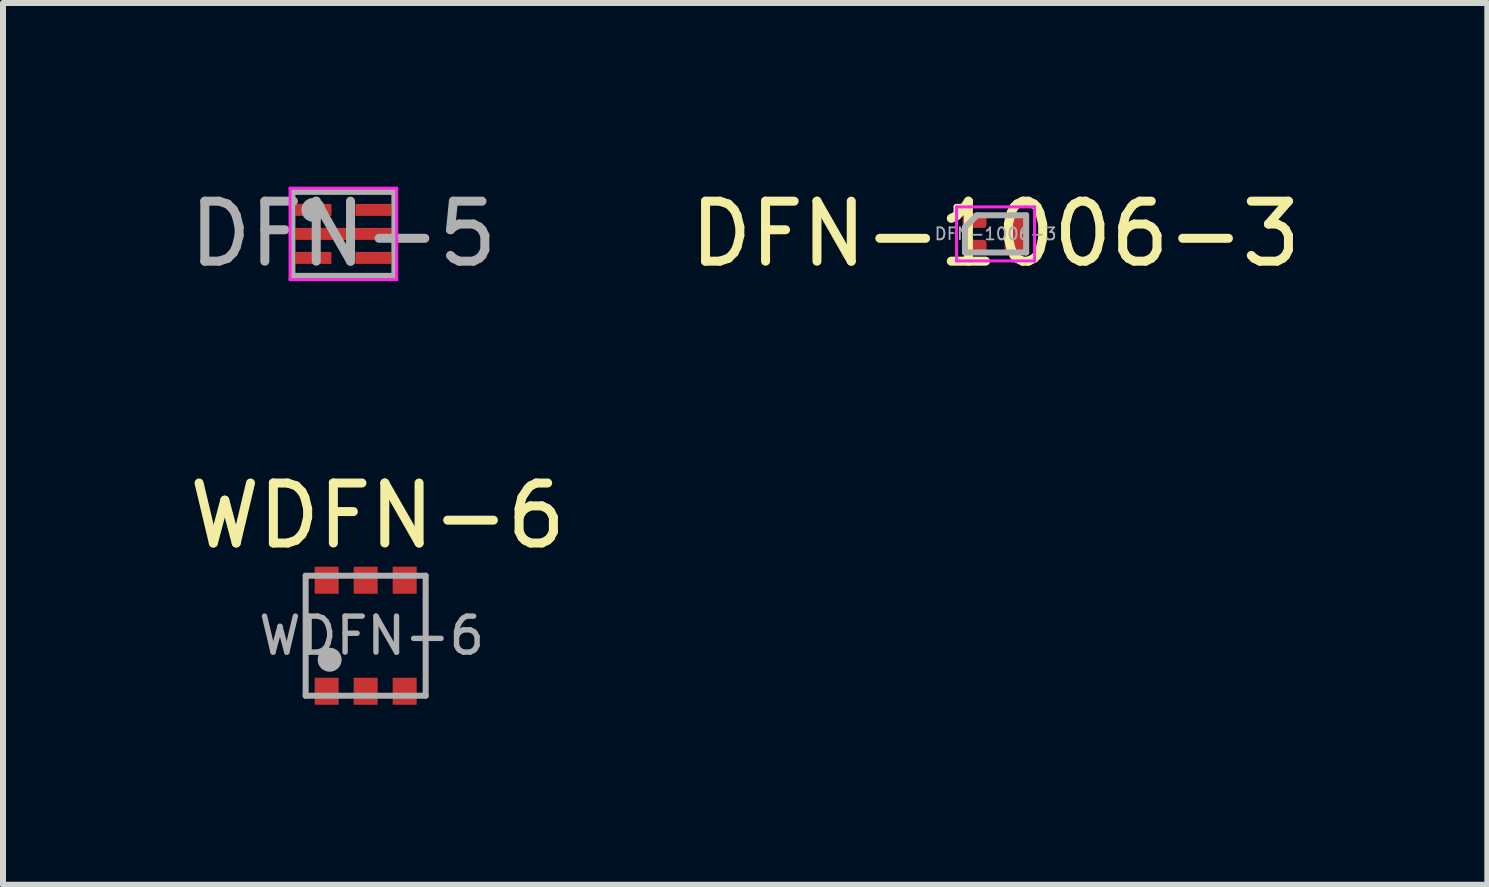
<source format=kicad_pcb>
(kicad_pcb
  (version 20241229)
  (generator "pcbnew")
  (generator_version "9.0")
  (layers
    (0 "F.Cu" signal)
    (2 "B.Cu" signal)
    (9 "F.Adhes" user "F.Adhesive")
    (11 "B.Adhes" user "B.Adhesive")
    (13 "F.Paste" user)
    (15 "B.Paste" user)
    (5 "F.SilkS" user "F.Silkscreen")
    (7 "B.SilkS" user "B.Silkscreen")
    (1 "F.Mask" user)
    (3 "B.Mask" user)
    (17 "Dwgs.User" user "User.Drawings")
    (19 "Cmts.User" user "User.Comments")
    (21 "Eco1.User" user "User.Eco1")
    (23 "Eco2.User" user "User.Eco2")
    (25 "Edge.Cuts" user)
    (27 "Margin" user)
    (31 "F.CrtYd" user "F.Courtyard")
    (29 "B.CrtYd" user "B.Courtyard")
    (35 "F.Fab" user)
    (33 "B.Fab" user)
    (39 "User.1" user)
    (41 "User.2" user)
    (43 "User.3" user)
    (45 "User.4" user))
  (footprint "WDFN-6"
    (layer "F.Cu")
    (at 3.044 7.545)
    (property "Reference" "WDFN-6" (at 0.2 -2 0) (unlocked yes) (layer "F.SilkS") (effects (font (size 1 1) (thickness 0.15))))
    (attr smd)
    (fp_line (start -1 -1) (end 1 -1) (stroke (width 0.1) (type solid)) (layer "F.Fab"))
    (fp_line (start -1 1) (end -1 -1) (stroke (width 0.1) (type solid)) (layer "F.Fab"))
    (fp_line (start 1 -1) (end 1 1) (stroke (width 0.1) (type solid)) (layer "F.Fab"))
    (fp_line (start 1 1) (end -1 1) (stroke (width 0.1) (type solid)) (layer "F.Fab"))
    (fp_circle (center -0.6 0.4) (end -0.5 0.4) (stroke (width 0.2) (type solid)) (fill no) (layer "F.Fab"))
    (fp_text user "${REFERENCE}" (at 0.1 0 0) (unlocked yes) (layer "F.Fab") (effects (font (size 0.6 0.6) (thickness 0.09))))
    (pad "1" smd rect (at -0.65 0.925) (size 0.4 0.45) (layers "F.Cu" "F.Mask" "F.Paste"))
    (pad "2" smd rect (at 0 0.925) (size 0.4 0.45) (layers "F.Cu" "F.Mask" "F.Paste"))
    (pad "3" smd rect (at 0.65 0.925) (size 0.4 0.45) (layers "F.Cu" "F.Mask" "F.Paste"))
    (pad "4" smd rect (at 0.65 -0.925) (size 0.4 0.45) (layers "F.Cu" "F.Mask" "F.Paste"))
    (pad "5" smd rect (at 0 -0.925) (size 0.4 0.45) (layers "F.Cu" "F.Mask" "F.Paste"))
    (pad "6" smd rect (at -0.65 -0.925) (size 0.4 0.45) (layers "F.Cu" "F.Mask" "F.Paste")))
  (footprint "DFN-1006-3"
    (layer "F.Cu")
    (at 13.542 0.848)
    (property "Reference" "DFN-1006-3" (at 0 0 0) (layer "F.SilkS") (effects (font (size 1 1) (thickness 0.15))))
    (attr smd)
    (fp_line (start -0.65 -0.45) (end -0.5 -0.45) (stroke (width 0.1) (type solid)) (layer "F.SilkS"))
    (fp_line (start -0.65 -0.3) (end -0.65 -0.45) (stroke (width 0.1) (type solid)) (layer "F.SilkS"))
    (fp_line (start -0.65 -0.45) (end 0.65 -0.45) (stroke (width 0.05) (type solid)) (layer "F.CrtYd"))
    (fp_line (start -0.65 0.45) (end -0.65 -0.45) (stroke (width 0.05) (type solid)) (layer "F.CrtYd"))
    (fp_line (start 0.65 -0.45) (end 0.65 0.45) (stroke (width 0.05) (type solid)) (layer "F.CrtYd"))
    (fp_line (start 0.65 0.45) (end -0.65 0.45) (stroke (width 0.05) (type solid)) (layer "F.CrtYd"))
    (fp_line (start -0.51 0.31) (end -0.51 -0.11) (stroke (width 0.1) (type solid)) (layer "F.Fab"))
    (fp_line (start -0.31 -0.31) (end -0.51 -0.11) (stroke (width 0.1) (type solid)) (layer "F.Fab"))
    (fp_line (start -0.31 -0.31) (end 0.51 -0.31) (stroke (width 0.1) (type solid)) (layer "F.Fab"))
    (fp_line (start 0.51 -0.31) (end 0.51 0.31) (stroke (width 0.1) (type solid)) (layer "F.Fab"))
    (fp_line (start 0.51 0.31) (end -0.51 0.31) (stroke (width 0.1) (type solid)) (layer "F.Fab"))
    (fp_text user "${REFERENCE}" (at 0 0 0) (layer "F.Fab") (effects (font (size 0.2 0.2) (thickness 0.03))))
    (pad "" smd roundrect (at -0.35 -0.225) (size 0.3 0.25) (layers "F.Paste") (roundrect_rratio 0.2))
    (pad "" smd roundrect (at -0.35 0.225) (size 0.3 0.25) (layers "F.Paste") (roundrect_rratio 0.2))
    (pad "" smd rect (at 0.35 0) (size 0.3 0.6) (layers "F.Paste"))
    (pad "D" smd roundrect (at 0.35 0) (size 0.4 0.7) (layers "F.Cu" "F.Mask") (roundrect_rratio 0.125))
    (pad "G" smd roundrect (at -0.35 -0.225) (size 0.4 0.25) (layers "F.Cu" "F.Mask") (roundrect_rratio 0.2))
    (pad "S" smd roundrect (at -0.35 0.225) (size 0.4 0.25) (layers "F.Cu" "F.Mask") (roundrect_rratio 0.2)))
  (footprint "DFN-5"
    (layer "F.Cu")
    (at 2.673 0.848)
    (property "Reference" "DFN-5" (at 0 0 0) (unlocked yes) (layer "F.SilkS") (effects (font (size 1 1) (thickness 0.1))))
    (attr smd)
    (fp_line (start -0.889 -0.762) (end 0.889 -0.762) (stroke (width 0.05) (type default)) (layer "F.CrtYd"))
    (fp_line (start -0.889 0.762) (end -0.889 -0.762) (stroke (width 0.05) (type default)) (layer "F.CrtYd"))
    (fp_line (start 0.889 -0.762) (end 0.889 0.762) (stroke (width 0.05) (type default)) (layer "F.CrtYd"))
    (fp_line (start 0.889 0.762) (end -0.889 0.762) (stroke (width 0.05) (type default)) (layer "F.CrtYd"))
    (fp_line (start -0.85 -0.7) (end 0.85 -0.7) (stroke (width 0.1) (type solid)) (layer "F.Fab"))
    (fp_line (start -0.85 0.7) (end -0.85 -0.7) (stroke (width 0.1) (type solid)) (layer "F.Fab"))
    (fp_line (start 0.85 -0.7) (end 0.85 0.7) (stroke (width 0.1) (type solid)) (layer "F.Fab"))
    (fp_line (start 0.85 0.7) (end -0.85 0.7) (stroke (width 0.1) (type solid)) (layer "F.Fab"))
    (fp_circle (center -0.5 -0.4) (end -0.4 -0.4) (stroke (width 0.2) (type solid)) (fill no) (layer "F.Fab"))
    (fp_text user "${REFERENCE}" (at 0 0 0) (unlocked yes) (layer "F.Fab") (effects (font (size 1 1) (thickness 0.15))))
    (pad "1" smd rect (at -0.5 -0.4) (size 0.6 0.2) (layers "F.Cu" "F.Mask" "F.Paste"))
    (pad "2" smd rect (at 0 0 90) (size 0.2 1.6) (layers "F.Cu" "F.Mask" "F.Paste"))
    (pad "3" smd rect (at -0.5 0.4) (size 0.6 0.2) (layers "F.Cu" "F.Mask" "F.Paste"))
    (pad "4" smd rect (at 0.5 0.4) (size 0.6 0.2) (layers "F.Cu" "F.Mask" "F.Paste"))
    (pad "5" smd rect (at 0.5 -0.4) (size 0.6 0.2) (layers "F.Cu" "F.Mask" "F.Paste")))
  (gr_rect
    (start -3 -3)
    (end 21.738 11.695)
    (stroke (width 0.1) (type default))
    (fill no)
    (layer "Edge.Cuts")))
</source>
